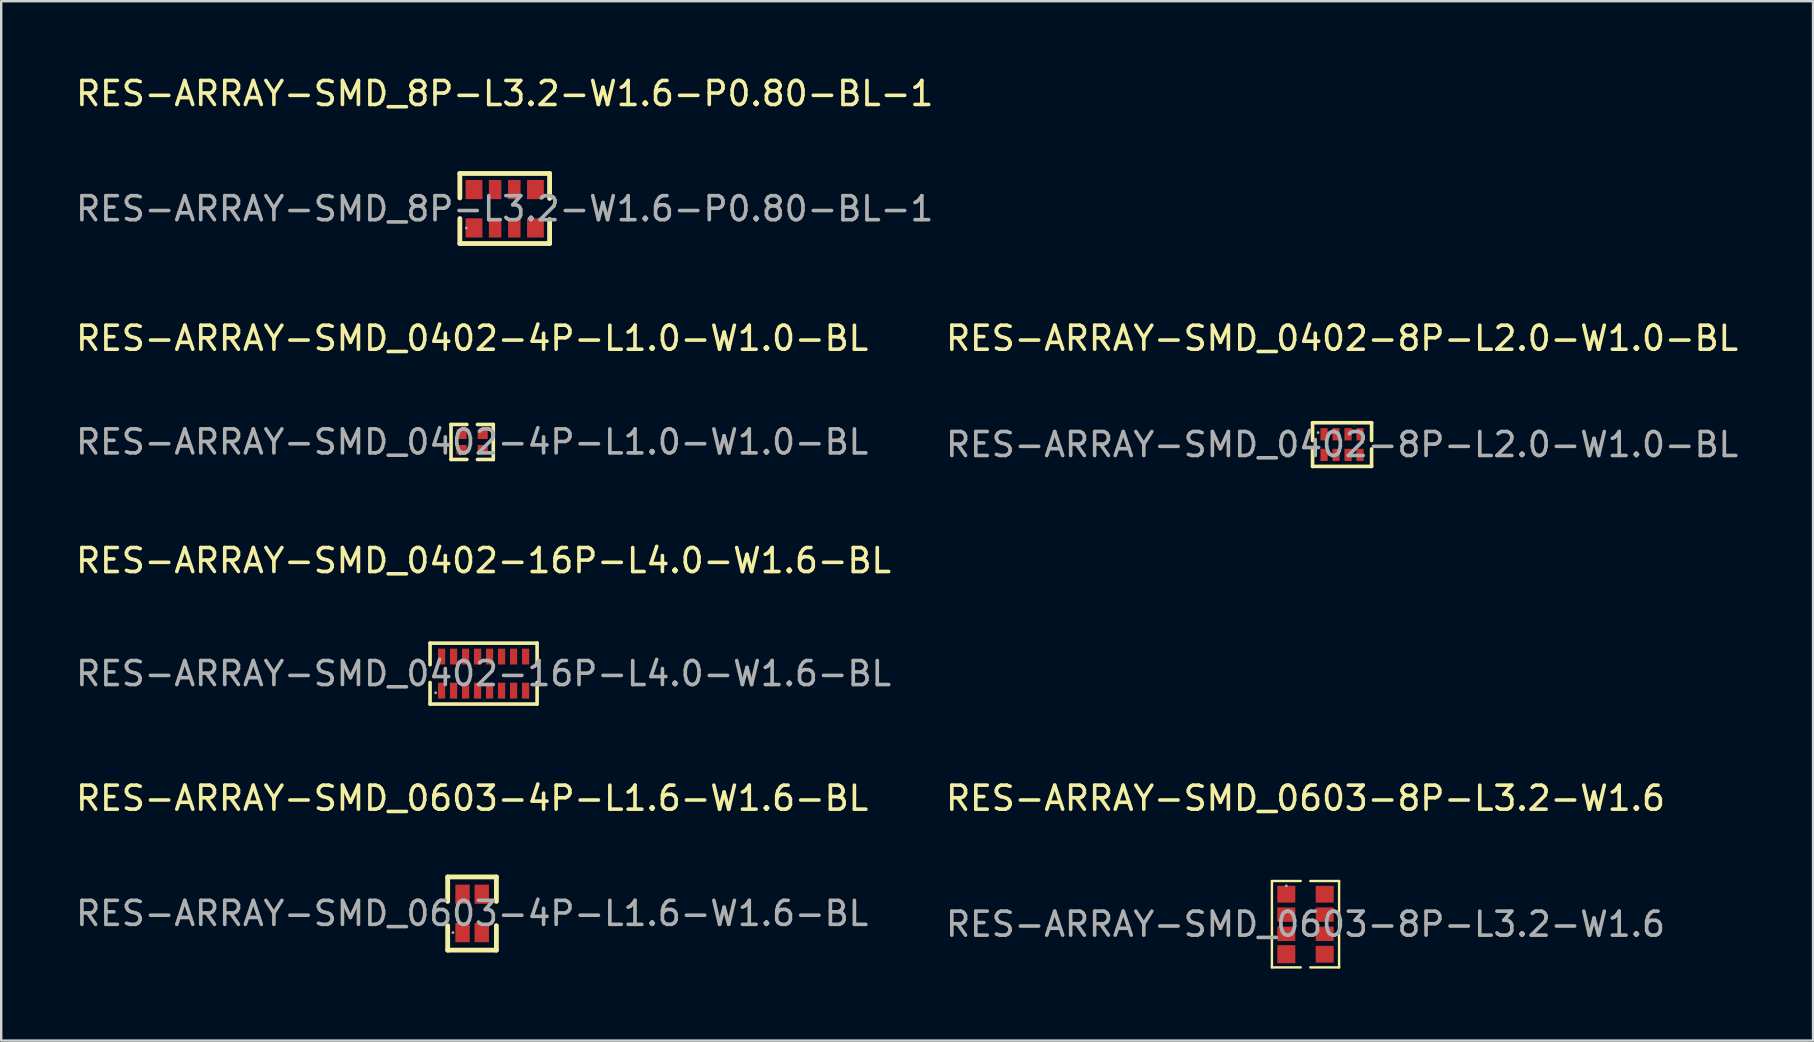
<source format=kicad_pcb>
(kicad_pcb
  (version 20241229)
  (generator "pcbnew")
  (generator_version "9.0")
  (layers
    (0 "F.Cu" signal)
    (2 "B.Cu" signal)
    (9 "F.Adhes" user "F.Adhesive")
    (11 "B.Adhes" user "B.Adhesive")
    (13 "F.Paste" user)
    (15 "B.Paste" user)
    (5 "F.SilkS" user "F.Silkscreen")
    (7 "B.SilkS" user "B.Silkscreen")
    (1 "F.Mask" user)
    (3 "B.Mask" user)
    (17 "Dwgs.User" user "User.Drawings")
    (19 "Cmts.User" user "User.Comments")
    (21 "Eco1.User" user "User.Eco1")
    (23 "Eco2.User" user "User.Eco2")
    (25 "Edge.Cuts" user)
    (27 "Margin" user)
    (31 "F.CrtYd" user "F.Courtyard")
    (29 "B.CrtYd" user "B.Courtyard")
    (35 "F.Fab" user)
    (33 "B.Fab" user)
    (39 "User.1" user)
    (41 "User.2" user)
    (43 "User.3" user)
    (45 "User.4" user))
  (footprint "RES-ARRAY-SMD_0402-16P-L4.0-W1.6-BL"
    (layer "F.Cu")
    (at 17.101 25.02)
    (property "Reference" "RES-ARRAY-SMD_0402-16P-L4.0-W1.6-BL" (at 0 -4.71 0) (layer "F.SilkS") (effects (font (size 1 1) (thickness 0.15))))
    (attr through_hole)
    (fp_line (start -2.23 -1.27) (end 2.23 -1.27) (stroke (width 0.15) (type solid)) (layer "F.SilkS"))
    (fp_line (start -2.23 -0.37) (end -2.23 -1.27) (stroke (width 0.15) (type solid)) (layer "F.SilkS"))
    (fp_line (start -2.23 0.37) (end -2.23 1.27) (stroke (width 0.15) (type solid)) (layer "F.SilkS"))
    (fp_line (start -2.23 1.27) (end 2.23 1.27) (stroke (width 0.15) (type solid)) (layer "F.SilkS"))
    (fp_line (start 2.23 -1.27) (end 2.23 -0.37) (stroke (width 0.15) (type solid)) (layer "F.SilkS"))
    (fp_line (start 2.23 1.27) (end 2.23 0.37) (stroke (width 0.15) (type solid)) (layer "F.SilkS"))
    (fp_circle (center -2 0.8) (end -1.97 0.8) (stroke (width 0.06) (type solid)) (fill no) (layer "F.Fab"))
    (fp_text user "${REFERENCE}" (at 0 0 0) (layer "F.Fab") (effects (font (size 1 1) (thickness 0.15))))
    (pad "1" smd rect (at -1.75 0.71) (size 0.3 0.66) (layers "F.Cu" "F.Mask" "F.Paste"))
    (pad "2" smd rect (at -1.25 0.71) (size 0.3 0.66) (layers "F.Cu" "F.Mask" "F.Paste"))
    (pad "3" smd rect (at -0.75 0.71) (size 0.3 0.66) (layers "F.Cu" "F.Mask" "F.Paste"))
    (pad "4" smd rect (at -0.25 0.71) (size 0.3 0.66) (layers "F.Cu" "F.Mask" "F.Paste"))
    (pad "5" smd rect (at 0.25 0.71) (size 0.3 0.66) (layers "F.Cu" "F.Mask" "F.Paste"))
    (pad "6" smd rect (at 0.75 0.71) (size 0.3 0.66) (layers "F.Cu" "F.Mask" "F.Paste"))
    (pad "7" smd rect (at 1.25 0.71) (size 0.3 0.66) (layers "F.Cu" "F.Mask" "F.Paste"))
    (pad "8" smd rect (at 1.75 0.71) (size 0.3 0.66) (layers "F.Cu" "F.Mask" "F.Paste"))
    (pad "9" smd rect (at 1.75 -0.71) (size 0.3 0.66) (layers "F.Cu" "F.Mask" "F.Paste"))
    (pad "10" smd rect (at 1.25 -0.71) (size 0.3 0.66) (layers "F.Cu" "F.Mask" "F.Paste"))
    (pad "11" smd rect (at 0.75 -0.71) (size 0.3 0.66) (layers "F.Cu" "F.Mask" "F.Paste"))
    (pad "12" smd rect (at 0.25 -0.71) (size 0.3 0.66) (layers "F.Cu" "F.Mask" "F.Paste"))
    (pad "13" smd rect (at -0.25 -0.71) (size 0.3 0.66) (layers "F.Cu" "F.Mask" "F.Paste"))
    (pad "14" smd rect (at -0.75 -0.71) (size 0.3 0.66) (layers "F.Cu" "F.Mask" "F.Paste"))
    (pad "15" smd rect (at -1.25 -0.71) (size 0.3 0.66) (layers "F.Cu" "F.Mask" "F.Paste"))
    (pad "16" smd rect (at -1.75 -0.71) (size 0.3 0.66) (layers "F.Cu" "F.Mask" "F.Paste")))
  (footprint "RES-ARRAY-SMD_0402-8P-L2.0-W1.0-BL"
    (layer "F.Cu")
    (at 52.875 15.476)
    (property "Reference" "RES-ARRAY-SMD_0402-8P-L2.0-W1.0-BL" (at 0 -4.43 0) (layer "F.SilkS") (effects (font (size 1 1) (thickness 0.15))))
    (attr through_hole)
    (fp_line (start -1.23 -0.91) (end 1.23 -0.91) (stroke (width 0.15) (type solid)) (layer "F.SilkS"))
    (fp_line (start -1.23 -0.17) (end -1.23 -0.91) (stroke (width 0.15) (type solid)) (layer "F.SilkS"))
    (fp_line (start -1.23 0.18) (end -1.23 0.91) (stroke (width 0.15) (type solid)) (layer "F.SilkS"))
    (fp_line (start -1.23 0.91) (end 1.23 0.91) (stroke (width 0.15) (type solid)) (layer "F.SilkS"))
    (fp_line (start 1.23 -0.91) (end 1.23 -0.17) (stroke (width 0.15) (type solid)) (layer "F.SilkS"))
    (fp_line (start 1.23 0.91) (end 1.23 0.18) (stroke (width 0.15) (type solid)) (layer "F.SilkS"))
    (fp_circle (center -1 -0.5) (end -0.97 -0.5) (stroke (width 0.06) (type solid)) (fill no) (layer "F.Fab"))
    (fp_text user "${REFERENCE}" (at 0 0 0) (layer "F.Fab") (effects (font (size 1 1) (thickness 0.15))))
    (pad "1" smd rect (at -0.75 -0.43 180) (size 0.3 0.51) (layers "F.Cu" "F.Mask" "F.Paste"))
    (pad "2" smd rect (at -0.25 -0.43 180) (size 0.3 0.51) (layers "F.Cu" "F.Mask" "F.Paste"))
    (pad "3" smd rect (at 0.25 -0.43 180) (size 0.3 0.51) (layers "F.Cu" "F.Mask" "F.Paste"))
    (pad "4" smd rect (at 0.75 -0.43 180) (size 0.3 0.51) (layers "F.Cu" "F.Mask" "F.Paste"))
    (pad "5" smd rect (at 0.75 0.43 180) (size 0.3 0.51) (layers "F.Cu" "F.Mask" "F.Paste"))
    (pad "6" smd rect (at 0.25 0.43 180) (size 0.3 0.51) (layers "F.Cu" "F.Mask" "F.Paste"))
    (pad "7" smd rect (at -0.25 0.43 180) (size 0.3 0.51) (layers "F.Cu" "F.Mask" "F.Paste"))
    (pad "8" smd rect (at -0.75 0.43 180) (size 0.3 0.51) (layers "F.Cu" "F.Mask" "F.Paste")))
  (footprint "RES-ARRAY-SMD_0402-4P-L1.0-W1.0-BL"
    (layer "F.Cu")
    (at 16.625 15.367)
    (property "Reference" "RES-ARRAY-SMD_0402-4P-L1.0-W1.0-BL" (at 0 -4.32 0) (layer "F.SilkS") (effects (font (size 1 1) (thickness 0.15))))
    (attr through_hole)
    (fp_line (start -0.88 -0.73) (end -0.22 -0.73) (stroke (width 0.15) (type solid)) (layer "F.SilkS"))
    (fp_line (start -0.88 0.73) (end -0.88 -0.73) (stroke (width 0.15) (type solid)) (layer "F.SilkS"))
    (fp_line (start -0.22 0.73) (end -0.88 0.73) (stroke (width 0.15) (type solid)) (layer "F.SilkS"))
    (fp_line (start 0.22 0.73) (end 0.88 0.73) (stroke (width 0.15) (type solid)) (layer "F.SilkS"))
    (fp_line (start 0.88 -0.73) (end 0.22 -0.73) (stroke (width 0.15) (type solid)) (layer "F.SilkS"))
    (fp_line (start 0.88 0.73) (end 0.88 -0.73) (stroke (width 0.15) (type solid)) (layer "F.SilkS"))
    (fp_circle (center -0.5 0.5) (end -0.47 0.5) (stroke (width 0.06) (type solid)) (fill no) (layer "F.Fab"))
    (fp_text user "${REFERENCE}" (at 0 0 0) (layer "F.Fab") (effects (font (size 1 1) (thickness 0.15))))
    (pad "1" smd rect (at -0.44 0.32 90) (size 0.39 0.42) (layers "F.Cu" "F.Mask" "F.Paste"))
    (pad "2" smd rect (at -0.44 -0.32 90) (size 0.39 0.42) (layers "F.Cu" "F.Mask" "F.Paste"))
    (pad "3" smd rect (at 0.44 -0.32 90) (size 0.39 0.42) (layers "F.Cu" "F.Mask" "F.Paste"))
    (pad "4" smd rect (at 0.44 0.32 90) (size 0.39 0.42) (layers "F.Cu" "F.Mask" "F.Paste")))
  (footprint "RES-ARRAY-SMD_0603-4P-L1.6-W1.6-BL"
    (layer "F.Cu")
    (at 16.625 35.013)
    (property "Reference" "RES-ARRAY-SMD_0603-4P-L1.6-W1.6-BL" (at 0 -4.8 0) (layer "F.SilkS") (effects (font (size 1 1) (thickness 0.15))))
    (attr through_hole)
    (fp_line (start -1.02 -1.52) (end -1.02 -0.5) (stroke (width 0.2) (type solid)) (layer "F.SilkS"))
    (fp_line (start -1.02 0.51) (end -1.02 1.53) (stroke (width 0.2) (type solid)) (layer "F.SilkS"))
    (fp_line (start -1.02 1.53) (end 1.01 1.53) (stroke (width 0.2) (type solid)) (layer "F.SilkS"))
    (fp_line (start 1.01 -1.52) (end -1.02 -1.52) (stroke (width 0.2) (type solid)) (layer "F.SilkS"))
    (fp_line (start 1.01 -0.5) (end 1.01 -1.52) (stroke (width 0.2) (type solid)) (layer "F.SilkS"))
    (fp_line (start 1.01 1.53) (end 1.01 0.51) (stroke (width 0.2) (type solid)) (layer "F.SilkS"))
    (fp_circle (center -0.8 0.8) (end -0.77 0.8) (stroke (width 0.06) (type solid)) (fill no) (layer "F.Fab"))
    (fp_text user "${REFERENCE}" (at 0 0 0) (layer "F.Fab") (effects (font (size 1 1) (thickness 0.15))))
    (pad "1" smd rect (at -0.4 0.8 90) (size 0.8 0.6) (layers "F.Cu" "F.Mask" "F.Paste"))
    (pad "2" smd rect (at 0.4 0.8 90) (size 0.8 0.6) (layers "F.Cu" "F.Mask" "F.Paste"))
    (pad "3" smd rect (at 0.4 -0.8 90) (size 0.8 0.6) (layers "F.Cu" "F.Mask" "F.Paste"))
    (pad "4" smd rect (at -0.4 -0.8 90) (size 0.8 0.6) (layers "F.Cu" "F.Mask" "F.Paste")))
  (footprint "RES-ARRAY-SMD_0603-8P-L3.2-W1.6"
    (layer "F.Cu")
    (at 51.351 35.463)
    (property "Reference" "RES-ARRAY-SMD_0603-8P-L3.2-W1.6" (at 0 -5.25 0) (layer "F.SilkS") (effects (font (size 1 1) (thickness 0.15))))
    (attr through_hole)
    (fp_line (start -1.4 -1.8) (end -1.4 1.8) (stroke (width 0.1) (type solid)) (layer "F.SilkS"))
    (fp_line (start -1.4 -1.8) (end -0.2 -1.8) (stroke (width 0.1) (type solid)) (layer "F.SilkS"))
    (fp_line (start -1.4 1.8) (end -0.2 1.8) (stroke (width 0.1) (type solid)) (layer "F.SilkS"))
    (fp_line (start 0.2 -1.8) (end 1.4 -1.8) (stroke (width 0.1) (type solid)) (layer "F.SilkS"))
    (fp_line (start 1.4 -1.8) (end 1.4 1.8) (stroke (width 0.1) (type solid)) (layer "F.SilkS"))
    (fp_line (start 1.4 1.8) (end 0.2 1.8) (stroke (width 0.1) (type solid)) (layer "F.SilkS"))
    (fp_circle (center -0.8 -1.6) (end -0.77 -1.6) (stroke (width 0.06) (type solid)) (fill no) (layer "F.Fab"))
    (fp_text user "${REFERENCE}" (at 0 0 0) (layer "F.Fab") (effects (font (size 1 1) (thickness 0.15))))
    (pad "1" smd rect (at -0.8 -1.25) (size 0.75 0.7) (layers "F.Cu" "F.Mask" "F.Paste"))
    (pad "2" smd rect (at -0.8 -0.4) (size 0.75 0.6) (layers "F.Cu" "F.Mask" "F.Paste"))
    (pad "3" smd rect (at -0.8 0.4) (size 0.75 0.6) (layers "F.Cu" "F.Mask" "F.Paste"))
    (pad "4" smd rect (at -0.8 1.25) (size 0.75 0.75) (layers "F.Cu" "F.Mask" "F.Paste"))
    (pad "5" smd rect (at 0.8 1.25) (size 0.75 0.7) (layers "F.Cu" "F.Mask" "F.Paste"))
    (pad "6" smd rect (at 0.8 0.4) (size 0.75 0.6) (layers "F.Cu" "F.Mask" "F.Paste"))
    (pad "7" smd rect (at 0.8 -0.4) (size 0.75 0.6) (layers "F.Cu" "F.Mask" "F.Paste"))
    (pad "8" smd rect (at 0.8 -1.25) (size 0.75 0.7) (layers "F.Cu" "F.Mask" "F.Paste")))
  (footprint "RES-ARRAY-SMD_8P-L3.2-W1.6-P0.80-BL-1"
    (layer "F.Cu")
    (at 17.982 5.648)
    (property "Reference" "RES-ARRAY-SMD_8P-L3.2-W1.6-P0.80-BL-1" (at 0 -4.8 0) (layer "F.SilkS") (effects (font (size 1 1) (thickness 0.15))))
    (attr through_hole)
    (fp_line (start -1.87 -1.47) (end 1.87 -1.47) (stroke (width 0.2) (type solid)) (layer "F.SilkS"))
    (fp_line (start -1.87 -0.45) (end -1.87 -1.47) (stroke (width 0.2) (type solid)) (layer "F.SilkS"))
    (fp_line (start -1.87 1.45) (end -1.87 0.41) (stroke (width 0.2) (type solid)) (layer "F.SilkS"))
    (fp_line (start 1.87 -1.47) (end 1.87 -0.43) (stroke (width 0.2) (type solid)) (layer "F.SilkS"))
    (fp_line (start 1.87 0.45) (end 1.87 1.45) (stroke (width 0.2) (type solid)) (layer "F.SilkS"))
    (fp_line (start 1.87 1.45) (end -1.87 1.45) (stroke (width 0.2) (type solid)) (layer "F.SilkS"))
    (fp_circle (center -1.6 0.8) (end -1.57 0.8) (stroke (width 0.06) (type solid)) (fill no) (layer "F.Fab"))
    (fp_text user "${REFERENCE}" (at 0 0 0) (layer "F.Fab") (effects (font (size 1 1) (thickness 0.15))))
    (pad "1" smd rect (at -1.28 0.8) (size 0.7 0.8) (layers "F.Cu" "F.Mask" "F.Paste"))
    (pad "2" smd rect (at -0.4 0.8) (size 0.52 0.8) (layers "F.Cu" "F.Mask" "F.Paste"))
    (pad "3" smd rect (at 0.4 0.8) (size 0.52 0.8) (layers "F.Cu" "F.Mask" "F.Paste"))
    (pad "4" smd rect (at 1.28 0.8) (size 0.7 0.8) (layers "F.Cu" "F.Mask" "F.Paste"))
    (pad "5" smd rect (at 1.28 -0.8) (size 0.7 0.8) (layers "F.Cu" "F.Mask" "F.Paste"))
    (pad "6" smd rect (at 0.4 -0.8) (size 0.52 0.8) (layers "F.Cu" "F.Mask" "F.Paste"))
    (pad "7" smd rect (at -0.4 -0.8) (size 0.52 0.8) (layers "F.Cu" "F.Mask" "F.Paste"))
    (pad "8" smd rect (at -1.28 -0.8) (size 0.7 0.8) (layers "F.Cu" "F.Mask" "F.Paste")))
  (gr_rect
    (start -3 -3)
    (end 72.5 40.313)
    (stroke (width 0.1) (type default))
    (fill no)
    (layer "Edge.Cuts")))
</source>
